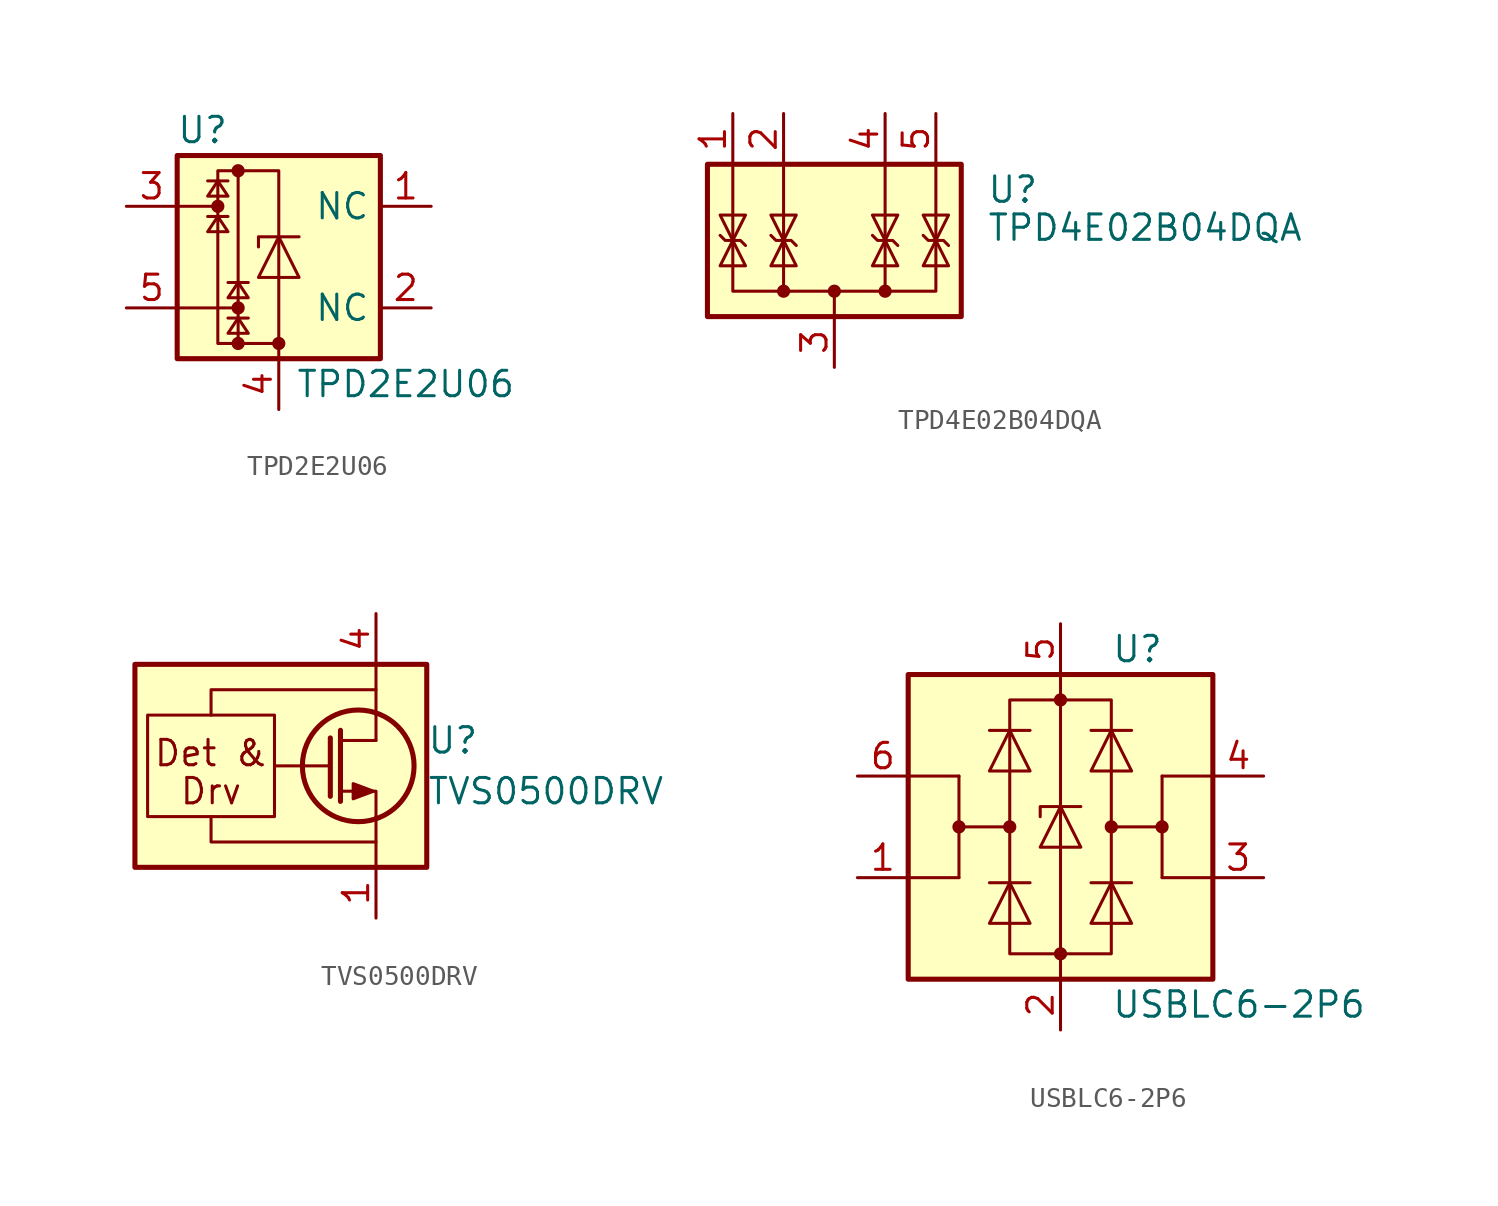
<source format=kicad_sym>
(kicad_symbol_lib
  (version 20201005)
  (generator kicad_symbol_editor)
  (symbol "TPD2E2U06"
    (property "Reference" "U"
      (at -3.81 6.35 0)
      (effects (font (size 1.27 1.27))))
    (property "Value" "TPD2E2U06"
      (at 6.35 -6.35 0)
      (effects (font (size 1.27 1.27))))
    (symbol "TPD2E2U06_0_1"
      (circle (center -3.048 2.54) (radius 0.254) (stroke (width 0)) (fill (type outline)))
      (circle (center -2.032 -4.318) (radius 0.254) (stroke (width 0)) (fill (type outline)))
      (circle (center -2.032 -2.54) (radius 0.254) (stroke (width 0)) (fill (type outline)))
      (circle (center -2.032 4.318) (radius 0.254) (stroke (width 0)) (fill (type outline)))
      (circle (center 0 -4.318) (radius 0.254) (stroke (width 0)) (fill (type outline)))
      (rectangle (start -3.048 4.318) (end 0 -4.318) (stroke (width 0)) (fill (type none)))
      (rectangle (start -5.08 5.08) (end 5.08 -5.08) (stroke (width 0.254)) (fill (type background)))
      (polyline (pts (xy -3.048 2.54) (xy -5.08 2.54)) (stroke (width 0)) (fill (type none)))
      (polyline (pts (xy -2.54 2.032) (xy -3.556 2.032)) (stroke (width 0)) (fill (type none)))
      (polyline (pts (xy -2.54 3.81) (xy -3.556 3.81)) (stroke (width 0)) (fill (type none)))
      (polyline (pts (xy -2.032 -4.318) (xy -2.032 4.318)) (stroke (width 0)) (fill (type none)))
      (polyline (pts (xy -2.032 -2.54) (xy -5.08 -2.54)) (stroke (width 0)) (fill (type none)))
      (polyline (pts (xy -1.524 -3.048) (xy -2.54 -3.048)) (stroke (width 0)) (fill (type none)))
      (polyline (pts (xy -1.524 -1.27) (xy -2.54 -1.27)) (stroke (width 0)) (fill (type none)))
      (polyline (pts (xy 0 -4.318) (xy 0 -5.08)) (stroke (width 0)) (fill (type none)))
      (polyline (pts (xy 1.016 1.016) (xy -1.016 1.016) (xy -1.016 0.508)) (stroke (width 0)) (fill (type none)))
      (polyline (pts (xy -3.048 2.032) (xy -3.556 1.27) (xy -2.54 1.27) (xy -3.048 2.032)) (stroke (width 0)) (fill (type none)))
      (polyline (pts (xy -3.048 3.81) (xy -3.556 3.048) (xy -2.54 3.048) (xy -3.048 3.81)) (stroke (width 0)) (fill (type none)))
      (polyline (pts (xy -2.032 -3.048) (xy -2.54 -3.81) (xy -1.524 -3.81) (xy -2.032 -3.048)) (stroke (width 0)) (fill (type none)))
      (polyline (pts (xy -2.032 -1.27) (xy -2.54 -2.032) (xy -1.524 -2.032) (xy -2.032 -1.27)) (stroke (width 0)) (fill (type none)))
      (polyline (pts (xy 0 1.016) (xy 1.016 -1.016) (xy -1.016 -1.016) (xy 0 1.016)) (stroke (width 0)) (fill (type none))))
    (symbol "TPD2E2U06_1_1"
      (pin passive line (at 7.62 2.54 180) (length 2.54) (name "NC" (effects (font (size 1.27 1.27)))) (number "1" (effects (font (size 1.27 1.27)))))
      (pin passive line (at 7.62 -2.54 180) (length 2.54) (name "NC" (effects (font (size 1.27 1.27)))) (number "2" (effects (font (size 1.27 1.27)))))
      (pin passive line (at -7.62 2.54 0) (length 2.54) (name "~" (effects (font (size 1.27 1.27)))) (number "3" (effects (font (size 1.27 1.27)))))
      (pin passive line (at 0 -7.62 90) (length 2.54) (name "~" (effects (font (size 1.27 1.27)))) (number "4" (effects (font (size 1.27 1.27)))))
      (pin passive line (at -7.62 -2.54 0) (length 2.54) (name "~" (effects (font (size 1.27 1.27)))) (number "5" (effects (font (size 1.27 1.27)))))))
  (symbol "TPD4E02B04DQA"
    (pin_names hide)
    (property "Reference" "U"
      (at 7.62 3.81 0)
      (effects (font (size 1.27 1.27)) (justify left)))
    (property "Value" "TPD4E02B04DQA"
      (at 7.62 1.905 0)
      (effects (font (size 1.27 1.27)) (justify left)))
    (symbol "TPD4E02B04DQA_0_0"
      (pin passive line (at 0 -5.08 90) (length 2.54) (name "G" (effects (font (size 1.27 1.27)))) (number "3" (effects (font (size 1.27 1.27))))))
    (symbol "TPD4E02B04DQA_0_1"
      (circle (center 0 -1.27) (radius 0.254) (stroke (width 0)) (fill (type outline)))
      (circle (center 2.54 -1.27) (radius 0.254) (stroke (width 0)) (fill (type outline)))
      (rectangle (start -6.35 5.08) (end 6.35 -2.54) (stroke (width 0.254)) (fill (type background)))
      (polyline (pts (xy -2.54 5.08) (xy -2.54 -1.27)) (stroke (width 0)) (fill (type none)))
      (polyline (pts (xy 0 -1.27) (xy 0 -2.54)) (stroke (width 0)) (fill (type none)))
      (polyline (pts (xy 2.54 5.08) (xy 2.54 -1.27)) (stroke (width 0)) (fill (type none)))
      (polyline (pts (xy -5.08 5.08) (xy -5.08 -1.27) (xy 5.08 -1.27) (xy 5.08 5.08)) (stroke (width 0)) (fill (type none)))
      (polyline (pts (xy -4.445 0) (xy -5.715 0) (xy -5.08 1.27) (xy -4.445 0)) (stroke (width 0)) (fill (type none)))
      (polyline (pts (xy -3.175 1.524) (xy -2.921 1.27) (xy -2.159 1.27) (xy -1.905 1.016)) (stroke (width 0)) (fill (type none)))
      (polyline (pts (xy -2.54 1.27) (xy -1.905 0) (xy -3.175 0) (xy -2.54 1.27)) (stroke (width 0)) (fill (type none)))
      (polyline (pts (xy 2.54 1.27) (xy 1.905 0) (xy 3.175 0) (xy 2.54 1.27)) (stroke (width 0)) (fill (type none)))
      (polyline (pts (xy 5.08 1.27) (xy 4.445 0) (xy 5.715 0) (xy 5.08 1.27)) (stroke (width 0)) (fill (type none))))
    (symbol "TPD4E02B04DQA_1_1"
      (circle (center -2.54 -1.27) (radius 0.254) (stroke (width 0)) (fill (type outline)))
      (polyline (pts (xy -5.715 1.524) (xy -5.461 1.27) (xy -4.699 1.27) (xy -4.445 1.016)) (stroke (width 0)) (fill (type none)))
      (polyline (pts (xy -5.08 1.27) (xy -5.715 2.54) (xy -4.445 2.54) (xy -5.08 1.27)) (stroke (width 0)) (fill (type none)))
      (polyline (pts (xy -2.54 1.27) (xy -3.175 2.54) (xy -1.905 2.54) (xy -2.54 1.27)) (stroke (width 0)) (fill (type none)))
      (polyline (pts (xy 1.905 1.524) (xy 2.159 1.27) (xy 2.921 1.27) (xy 3.175 1.016)) (stroke (width 0)) (fill (type none)))
      (polyline (pts (xy 2.54 1.27) (xy 1.905 2.54) (xy 3.175 2.54) (xy 2.54 1.27)) (stroke (width 0)) (fill (type none)))
      (polyline (pts (xy 4.445 1.524) (xy 4.699 1.27) (xy 5.461 1.27) (xy 5.715 1.016)) (stroke (width 0)) (fill (type none)))
      (polyline (pts (xy 5.08 1.27) (xy 4.445 2.54) (xy 5.715 2.54) (xy 5.08 1.27)) (stroke (width 0)) (fill (type none)))
      (pin passive line (at -5.08 7.62 270) (length 2.54) (name "IO1" (effects (font (size 1.27 1.27)))) (number "1" (effects (font (size 1.27 1.27)))))
      (pin no_connect line (at -5.08 -2.54 90) (length 2.54) hide (name "NC" (effects (font (size 1.27 1.27)))) (number "10" (effects (font (size 1.27 1.27)))))
      (pin passive line (at -2.54 7.62 270) (length 2.54) (name "IO2" (effects (font (size 1.27 1.27)))) (number "2" (effects (font (size 1.27 1.27)))))
      (pin passive line (at 2.54 7.62 270) (length 2.54) (name "IO3" (effects (font (size 1.27 1.27)))) (number "4" (effects (font (size 1.27 1.27)))))
      (pin passive line (at 5.08 7.62 270) (length 2.54) (name "IO4" (effects (font (size 1.27 1.27)))) (number "5" (effects (font (size 1.27 1.27)))))
      (pin no_connect line (at 5.08 -2.54 90) (length 2.54) hide (name "NC" (effects (font (size 1.27 1.27)))) (number "6" (effects (font (size 1.27 1.27)))))
      (pin no_connect line (at 2.54 -2.54 90) (length 2.54) hide (name "NC" (effects (font (size 1.27 1.27)))) (number "7" (effects (font (size 1.27 1.27)))))
      (pin passive line (at 0 -5.08 90) (length 2.54) hide (name "G" (effects (font (size 1.27 1.27)))) (number "8" (effects (font (size 1.27 1.27)))))
      (pin no_connect line (at -2.54 -2.54 90) (length 2.54) hide (name "NC" (effects (font (size 1.27 1.27)))) (number "9" (effects (font (size 1.27 1.27)))))))
  (symbol "TVS0500DRV"
    (pin_names
      (offset 0) hide)
    (property "Reference" "U"
      (at 2.54 1.27 0)
      (effects (font (size 1.27 1.27)) (justify left)))
    (property "Value" "TVS0500DRV"
      (at 2.54 -1.27 0)
      (effects (font (size 1.27 1.27)) (justify left)))
    (symbol "TVS0500DRV_0_0"
      (text "Det &" (at -8.255 0.635 0) (effects (font (size 1.27 1.27))))
      (text "Drv" (at -8.255 -1.27 0) (effects (font (size 1.27 1.27))))
      (rectangle (start -11.43 2.54) (end -5.08 -2.54) (stroke (width 0)) (fill (type none)))
      (polyline (pts (xy 0 1.27) (xy -1.778 1.27)) (stroke (width 0)) (fill (type none)))
      (polyline (pts (xy -8.255 -2.54) (xy -8.255 -3.81) (xy 0 -3.81)) (stroke (width 0)) (fill (type none)))
      (polyline (pts (xy -8.255 2.54) (xy -8.255 3.81) (xy 0 3.81)) (stroke (width 0)) (fill (type none))))
    (symbol "TVS0500DRV_0_1"
      (circle (center -0.889 0) (radius 2.794) (stroke (width 0.254)) (fill (type none)))
      (rectangle (start -12.065 5.08) (end 2.54 -5.08) (stroke (width 0.254)) (fill (type background)))
      (polyline (pts (xy -2.286 0) (xy -5.08 0)) (stroke (width 0)) (fill (type none)))
      (polyline (pts (xy -2.286 1.397) (xy -2.286 -1.524)) (stroke (width 0.254)) (fill (type none)))
      (polyline (pts (xy -1.778 1.778) (xy -1.778 -1.778)) (stroke (width 0.254)) (fill (type none)))
      (polyline (pts (xy 0 -2.54) (xy 0 -5.08)) (stroke (width 0)) (fill (type none)))
      (polyline (pts (xy 0 2.54) (xy 0 1.27)) (stroke (width 0)) (fill (type none)))
      (polyline (pts (xy 0 5.08) (xy 0 2.54)) (stroke (width 0)) (fill (type none)))
      (polyline (pts (xy 0 -2.54) (xy 0 -1.27) (xy -1.778 -1.27)) (stroke (width 0)) (fill (type none)))
      (polyline (pts (xy -0.127 -1.27) (xy -1.143 -1.651) (xy -1.143 -0.889) (xy -0.127 -1.27)) (stroke (width 0)) (fill (type outline))))
    (symbol "TVS0500DRV_1_1"
      (pin power_in line (at 0 -7.62 90) (length 2.54) (name "GND" (effects (font (size 1.27 1.27)))) (number "1" (effects (font (size 1.27 1.27)))))
      (pin power_in line (at 0 -7.62 90) (length 2.54) hide (name "GND" (effects (font (size 1.27 1.27)))) (number "2" (effects (font (size 1.27 1.27)))))
      (pin power_in line (at 0 -7.62 90) (length 2.54) hide (name "GND" (effects (font (size 1.27 1.27)))) (number "3" (effects (font (size 1.27 1.27)))))
      (pin passive line (at 0 7.62 270) (length 2.54) (name "IN" (effects (font (size 1.27 1.27)))) (number "4" (effects (font (size 1.27 1.27)))))
      (pin passive line (at 0 7.62 270) (length 2.54) hide (name "IN" (effects (font (size 1.27 1.27)))) (number "5" (effects (font (size 1.27 1.27)))))
      (pin passive line (at 0 7.62 270) (length 2.54) hide (name "IN" (effects (font (size 1.27 1.27)))) (number "6" (effects (font (size 1.27 1.27)))))
      (pin power_in line (at 0 -7.62 90) (length 2.54) hide (name "GND" (effects (font (size 1.27 1.27)))) (number "7" (effects (font (size 1.27 1.27)))))))
  (symbol "USBLC6-2P6"
    (pin_names hide)
    (property "Reference" "U"
      (at 2.54 8.89 0)
      (effects (font (size 1.27 1.27)) (justify left)))
    (property "Value" "USBLC6-2P6"
      (at 2.54 -8.89 0)
      (effects (font (size 1.27 1.27)) (justify left)))
    (symbol "USBLC6-2P6_0_1"
      (circle (center -5.08 0) (radius 0.254) (stroke (width 0)) (fill (type outline)))
      (circle (center -2.54 0) (radius 0.254) (stroke (width 0)) (fill (type outline)))
      (circle (center 0 -6.35) (radius 0.254) (stroke (width 0)) (fill (type outline)))
      (circle (center 0 6.35) (radius 0.254) (stroke (width 0)) (fill (type outline)))
      (circle (center 2.54 0) (radius 0.254) (stroke (width 0)) (fill (type outline)))
      (circle (center 5.08 0) (radius 0.254) (stroke (width 0)) (fill (type outline)))
      (rectangle (start -2.54 6.35) (end 2.54 -6.35) (stroke (width 0)) (fill (type none)))
      (rectangle (start -7.62 -7.62) (end 7.62 7.62) (stroke (width 0.254)) (fill (type background)))
      (polyline (pts (xy -5.08 -2.54) (xy -7.62 -2.54)) (stroke (width 0)) (fill (type none)))
      (polyline (pts (xy -5.08 0) (xy -5.08 -2.54)) (stroke (width 0)) (fill (type none)))
      (polyline (pts (xy -5.08 2.54) (xy -7.62 2.54)) (stroke (width 0)) (fill (type none)))
      (polyline (pts (xy -1.524 -2.794) (xy -3.556 -2.794)) (stroke (width 0)) (fill (type none)))
      (polyline (pts (xy -1.524 4.826) (xy -3.556 4.826)) (stroke (width 0)) (fill (type none)))
      (polyline (pts (xy 0 -7.62) (xy 0 -6.35)) (stroke (width 0)) (fill (type none)))
      (polyline (pts (xy 0 -6.35) (xy 0 1.27)) (stroke (width 0)) (fill (type none)))
      (polyline (pts (xy 0 1.27) (xy 0 6.35)) (stroke (width 0)) (fill (type none)))
      (polyline (pts (xy 0 6.35) (xy 0 7.62)) (stroke (width 0)) (fill (type none)))
      (polyline (pts (xy 1.524 -2.794) (xy 3.556 -2.794)) (stroke (width 0)) (fill (type none)))
      (polyline (pts (xy 1.524 4.826) (xy 3.556 4.826)) (stroke (width 0)) (fill (type none)))
      (polyline (pts (xy 5.08 -2.54) (xy 7.62 -2.54)) (stroke (width 0)) (fill (type none)))
      (polyline (pts (xy 5.08 0) (xy 5.08 -2.54)) (stroke (width 0)) (fill (type none)))
      (polyline (pts (xy 5.08 2.54) (xy 7.62 2.54)) (stroke (width 0)) (fill (type none)))
      (polyline (pts (xy -2.54 0) (xy -5.08 0) (xy -5.08 2.54)) (stroke (width 0)) (fill (type none)))
      (polyline (pts (xy 2.54 0) (xy 5.08 0) (xy 5.08 2.54)) (stroke (width 0)) (fill (type none)))
      (polyline (pts (xy -3.556 -4.826) (xy -1.524 -4.826) (xy -2.54 -2.794) (xy -3.556 -4.826)) (stroke (width 0)) (fill (type none)))
      (polyline (pts (xy -3.556 2.794) (xy -1.524 2.794) (xy -2.54 4.826) (xy -3.556 2.794)) (stroke (width 0)) (fill (type none)))
      (polyline (pts (xy -1.016 -1.016) (xy 1.016 -1.016) (xy 0 1.016) (xy -1.016 -1.016)) (stroke (width 0)) (fill (type none)))
      (polyline (pts (xy 1.016 1.016) (xy 0.762 1.016) (xy -1.016 1.016) (xy -1.016 0.508)) (stroke (width 0)) (fill (type none)))
      (polyline (pts (xy 3.556 -4.826) (xy 1.524 -4.826) (xy 2.54 -2.794) (xy 3.556 -4.826)) (stroke (width 0)) (fill (type none)))
      (polyline (pts (xy 3.556 2.794) (xy 1.524 2.794) (xy 2.54 4.826) (xy 3.556 2.794)) (stroke (width 0)) (fill (type none))))
    (symbol "USBLC6-2P6_1_1"
      (pin passive line (at -10.16 -2.54 0) (length 2.54) (name "I/O1" (effects (font (size 1.27 1.27)))) (number "1" (effects (font (size 1.27 1.27)))))
      (pin passive line (at 0 -10.16 90) (length 2.54) (name "GND" (effects (font (size 1.27 1.27)))) (number "2" (effects (font (size 1.27 1.27)))))
      (pin passive line (at 10.16 -2.54 180) (length 2.54) (name "I/O2" (effects (font (size 1.27 1.27)))) (number "3" (effects (font (size 1.27 1.27)))))
      (pin passive line (at 10.16 2.54 180) (length 2.54) (name "I/O2" (effects (font (size 1.27 1.27)))) (number "4" (effects (font (size 1.27 1.27)))))
      (pin passive line (at 0 10.16 270) (length 2.54) (name "VBUS" (effects (font (size 1.27 1.27)))) (number "5" (effects (font (size 1.27 1.27)))))
      (pin passive line (at -10.16 2.54 0) (length 2.54) (name "I/O1" (effects (font (size 1.27 1.27)))) (number "6" (effects (font (size 1.27 1.27))))))))
</source>
